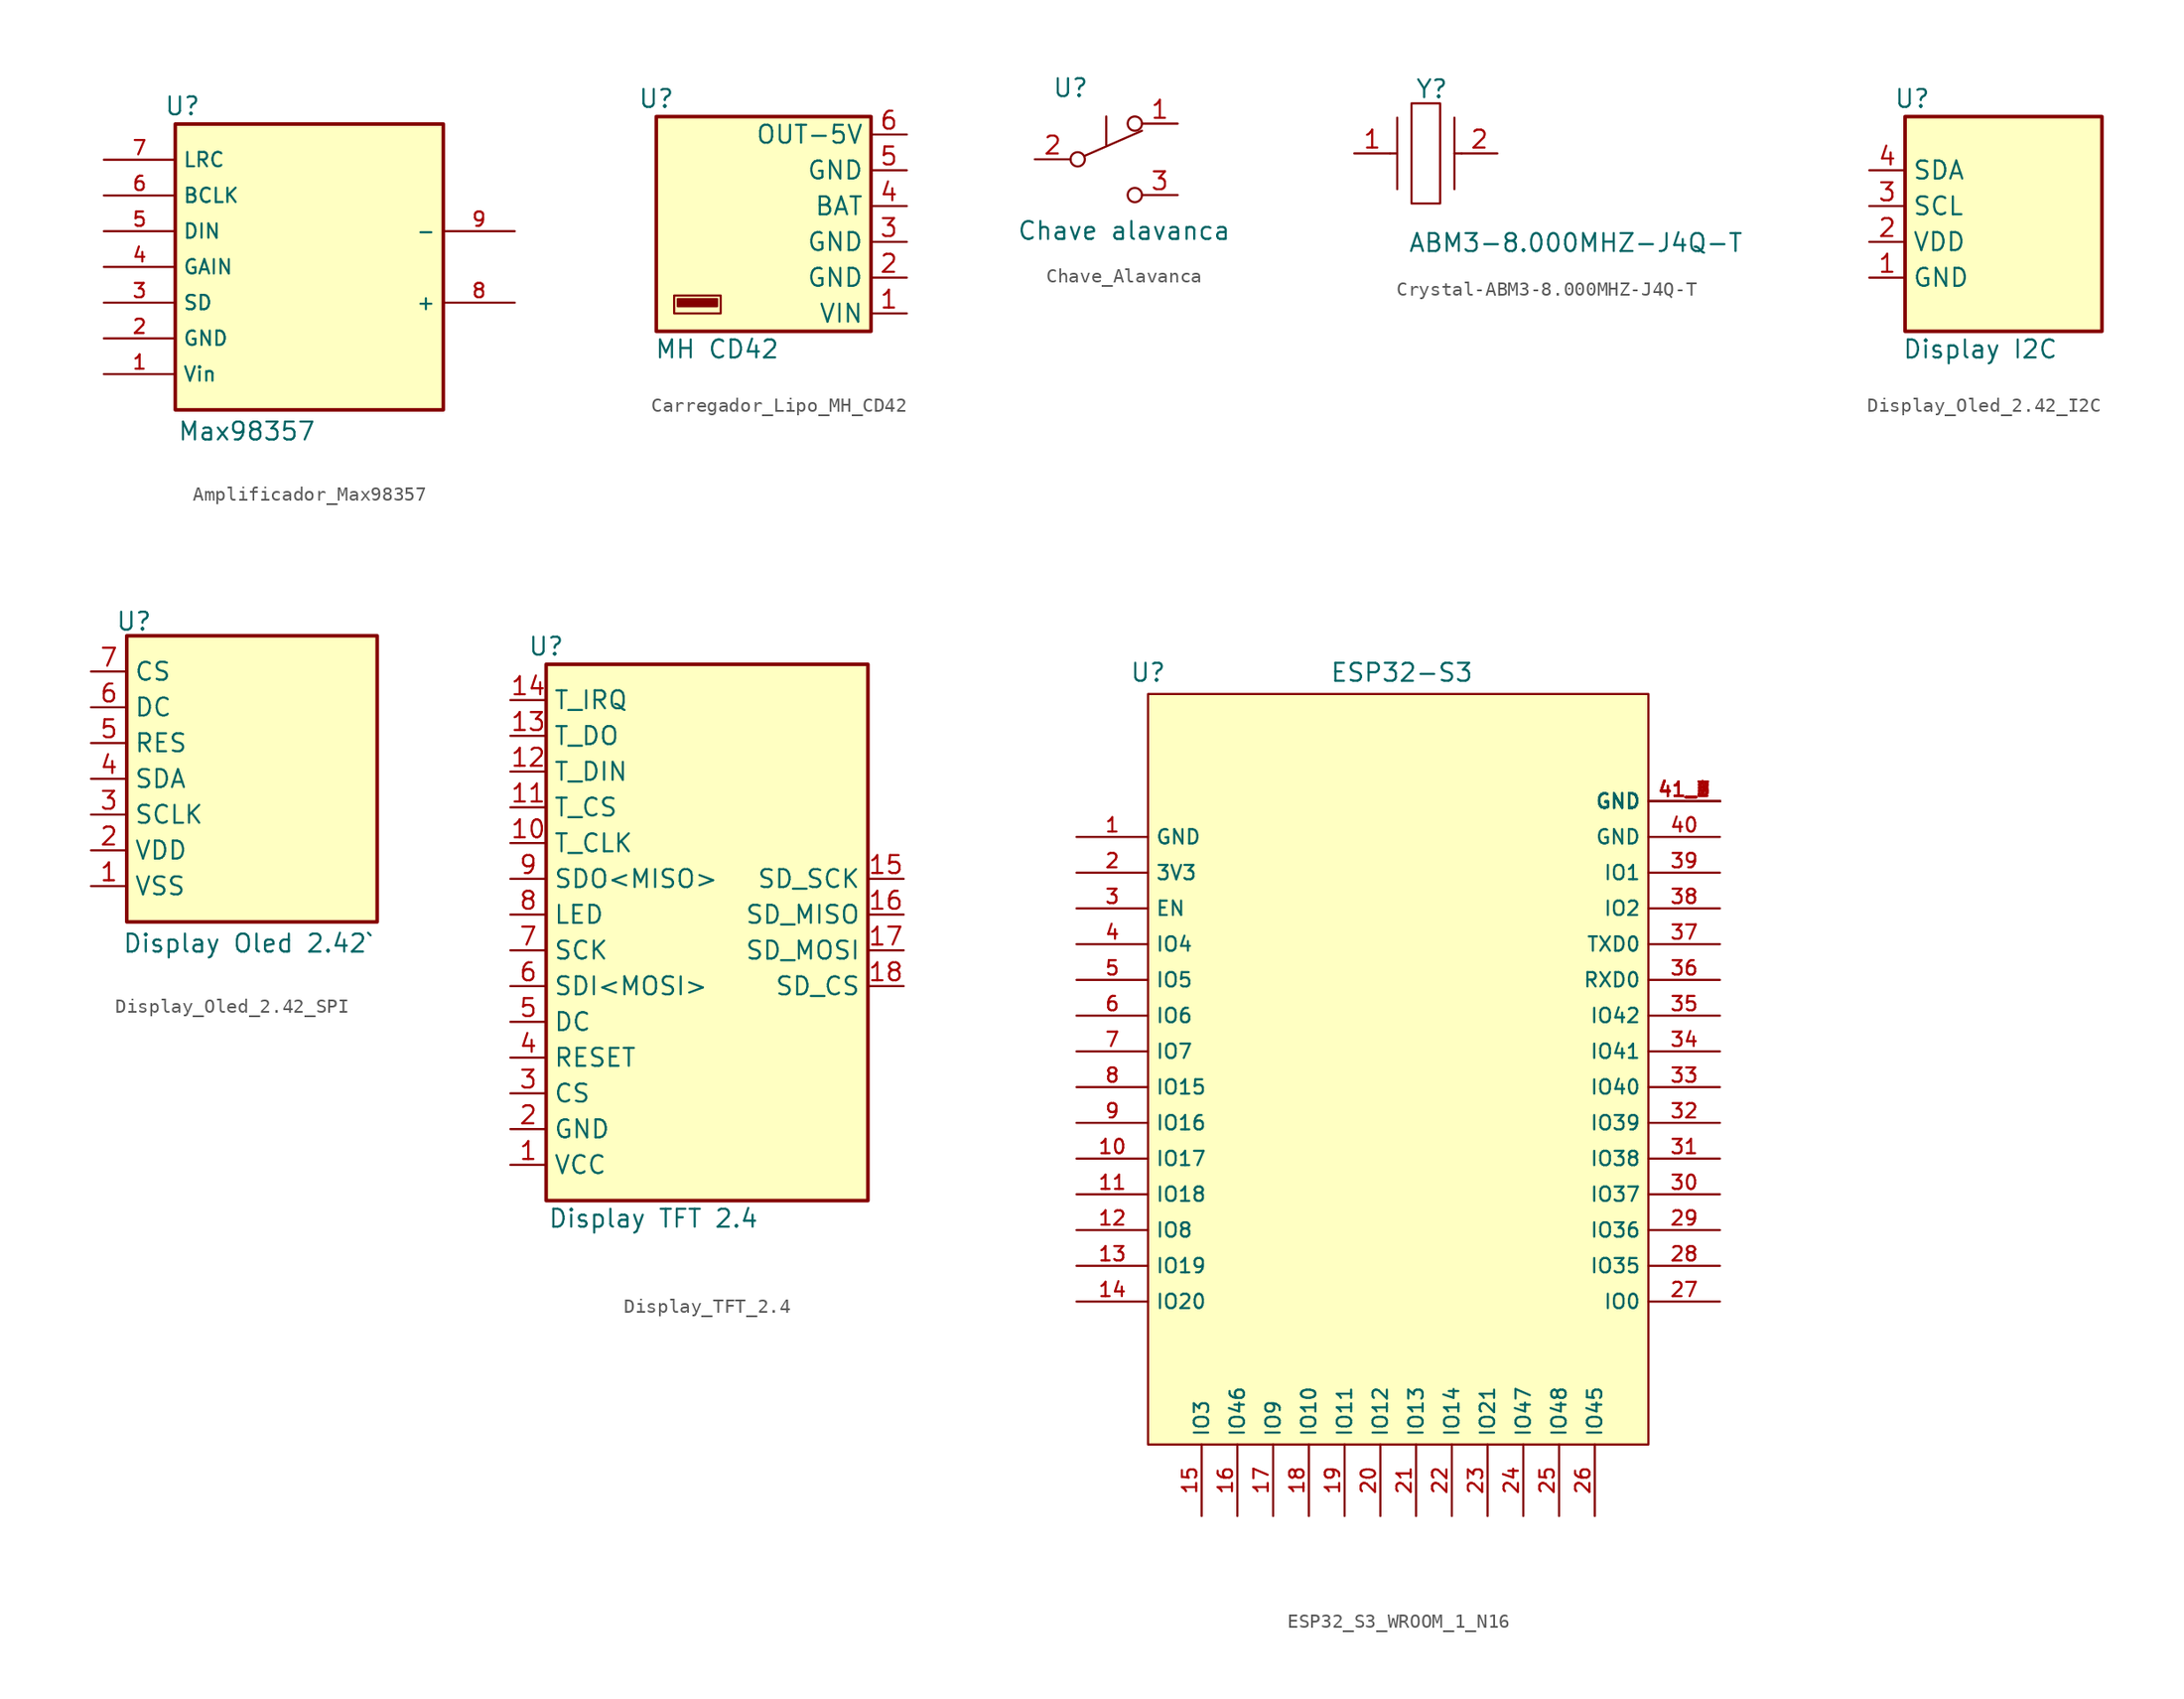
<source format=kicad_sym>
(kicad_symbol_lib
  (version 20231120)
  (generator "kicad_symbol_editor")
  (generator_version "8.0")
  (symbol "Amplificador_Max98357"
    (property "Reference" "U"
      (at 0.508 0 0)
      (effects (font (size 1.27 1.27))))
    (property "Value" "Max98357"
      (at 5.08 -23.114 0)
      (effects (font (size 1.27 1.27))))
    (symbol "Amplificador_Max98357_0_0"
      (rectangle (start 0 -1.27) (end 19.05 -21.59) (stroke (width 0.254) (type default)) (fill (type background))))
    (symbol "Amplificador_Max98357_1_0"
      (pin power_in line (at -5.08 -19.05 0) (length 5.08) (name "Vin" (effects (font (size 1.016 1.016)))) (number "1" (effects (font (size 1.016 1.016)))))
      (pin power_out line (at -5.08 -16.51 0) (length 5.08) (name "GND" (effects (font (size 1.016 1.016)))) (number "2" (effects (font (size 1.016 1.016)))))
      (pin bidirectional line (at -5.08 -13.97 0) (length 5.08) (name "SD" (effects (font (size 1.016 1.016)))) (number "3" (effects (font (size 1.016 1.016)))))
      (pin bidirectional line (at -5.08 -11.43 0) (length 5.08) (name "GAIN" (effects (font (size 1.016 1.016)))) (number "4" (effects (font (size 1.016 1.016)))))
      (pin bidirectional line (at -5.08 -8.89 0) (length 5.08) (name "DIN" (effects (font (size 1.016 1.016)))) (number "5" (effects (font (size 1.016 1.016)))))
      (pin bidirectional line (at -5.08 -6.35 0) (length 5.08) (name "BCLK" (effects (font (size 1.016 1.016)))) (number "6" (effects (font (size 1.016 1.016)))))
      (pin bidirectional line (at -5.08 -3.81 0) (length 5.08) (name "LRC" (effects (font (size 1.016 1.016)))) (number "7" (effects (font (size 1.016 1.016)))))
      (pin power_in line (at 24.13 -13.97 180) (length 5.08) (name "+" (effects (font (size 1.016 1.016)))) (number "8" (effects (font (size 1.016 1.016)))))
      (pin power_out line (at 24.13 -8.89 180) (length 5.08) (name "-" (effects (font (size 1.016 1.016)))) (number "9" (effects (font (size 1.016 1.016)))))))
  (symbol "Carregador_Lipo_MH_CD42"
    (property "Reference" "U"
      (at 0 0 0)
      (effects (font (size 1.27 1.27))))
    (property "Value" "MH CD42"
      (at 4.318 -17.78 0)
      (effects (font (size 1.27 1.27))))
    (symbol "Carregador_Lipo_MH_CD42_0_1"
      (rectangle (start 0 -1.27) (end 15.24 -16.51) (stroke (width 0.254) (type default)) (fill (type background)))
      (rectangle (start 1.27 -15.24) (end 4.572 -13.97) (stroke (width 0) (type default)) (fill (type none)))
      (rectangle (start 1.524 -14.732) (end 4.318 -14.224) (stroke (width 0) (type default)) (fill (type outline))))
    (symbol "Carregador_Lipo_MH_CD42_1_1"
      (pin power_in line (at 17.78 -15.24 180) (length 2.54) (name "VIN" (effects (font (size 1.27 1.27)))) (number "1" (effects (font (size 1.27 1.27)))))
      (pin power_out line (at 17.78 -12.7 180) (length 2.54) (name "GND" (effects (font (size 1.27 1.27)))) (number "2" (effects (font (size 1.27 1.27)))))
      (pin output line (at 17.78 -10.16 180) (length 2.54) (name "GND" (effects (font (size 1.27 1.27)))) (number "3" (effects (font (size 1.27 1.27)))))
      (pin input line (at 17.78 -7.62 180) (length 2.54) (name "BAT" (effects (font (size 1.27 1.27)))) (number "4" (effects (font (size 1.27 1.27)))))
      (pin power_in line (at 17.78 -5.08 180) (length 2.54) (name "GND" (effects (font (size 1.27 1.27)))) (number "5" (effects (font (size 1.27 1.27)))))
      (pin power_out line (at 17.78 -2.54 180) (length 2.54) (name "OUT-5V" (effects (font (size 1.27 1.27)))) (number "6" (effects (font (size 1.27 1.27)))))))
  (symbol "Chave_Alavanca"
    (property "Reference" "U"
      (at 0 0 0)
      (effects (font (size 1.27 1.27))))
    (property "Value" "Chave alavanca"
      (at 3.81 -10.16 0)
      (effects (font (size 1.27 1.27))))
    (symbol "Chave_Alavanca_0_0"
      (polyline (pts (xy 2.54 -4.064) (xy 2.54 -2.032)) (stroke (width 0) (type default)) (fill (type none)))
      (circle (center 0.508 -5.08) (radius 0.508) (stroke (width 0) (type default)) (fill (type none)))
      (circle (center 4.572 -7.62) (radius 0.508) (stroke (width 0) (type default)) (fill (type none))))
    (symbol "Chave_Alavanca_0_1"
      (polyline (pts (xy 1.016 -4.826) (xy 5.08 -3.048)) (stroke (width 0) (type default)) (fill (type none)))
      (circle (center 4.572 -2.54) (radius 0.508) (stroke (width 0) (type default)) (fill (type none))))
    (symbol "Chave_Alavanca_1_1"
      (pin passive line (at 7.62 -2.54 180) (length 2.54) (name "" (effects (font (size 1.27 1.27)))) (number "1" (effects (font (size 1.27 1.27)))))
      (pin passive line (at -2.54 -5.08 0) (length 2.54) (name "" (effects (font (size 1.27 1.27)))) (number "2" (effects (font (size 1.27 1.27)))))
      (pin passive line (at 7.62 -7.62 180) (length 2.54) (name "" (effects (font (size 1.27 1.27)))) (number "3" (effects (font (size 1.27 1.27)))))))
  (symbol "Crystal-ABM3-8.000MHZ-J4Q-T"
    (pin_names
      (offset 0.762))
    (property "Reference" "Y"
      (at 9.398 14.732 0)
      (effects (font (size 1.27 1.27)) (justify left)))
    (property "Value" "ABM3-8.000MHZ-J4Q-T"
      (at 8.89 3.81 0)
      (effects (font (size 1.27 1.27)) (justify left)))
    (symbol "Crystal-ABM3-8.000MHZ-J4Q-T_0_0"
      (pin passive line (at 5.08 10.16 0) (length 2.54) (name "~" (effects (font (size 1.27 1.27)))) (number "1" (effects (font (size 1.27 1.27)))))
      (pin passive line (at 15.24 10.16 180) (length 2.54) (name "~" (effects (font (size 1.27 1.27)))) (number "2" (effects (font (size 1.27 1.27))))))
    (symbol "Crystal-ABM3-8.000MHZ-J4Q-T_0_1"
      (polyline (pts (xy 8.128 10.16) (xy 7.62 10.16)) (stroke (width 0.152) (type solid)) (fill (type none)))
      (polyline (pts (xy 8.128 12.7) (xy 8.128 7.62)) (stroke (width 0.152) (type solid)) (fill (type none)))
      (polyline (pts (xy 12.192 10.16) (xy 12.7 10.16)) (stroke (width 0.152) (type solid)) (fill (type none)))
      (polyline (pts (xy 12.192 12.7) (xy 12.192 7.62)) (stroke (width 0.152) (type solid)) (fill (type none)))
      (polyline (pts (xy 9.144 13.716) (xy 9.144 6.604) (xy 11.176 6.604) (xy 11.176 13.716) (xy 9.144 13.716)) (stroke (width 0.152) (type solid)) (fill (type none)))))
  (symbol "Display_Oled_2.42_I2C"
    (property "Reference" "U"
      (at 0.508 0 0)
      (effects (font (size 1.27 1.27))))
    (property "Value" "Display I2C"
      (at 5.334 -17.78 0)
      (effects (font (size 1.27 1.27))))
    (symbol "Display_Oled_2.42_I2C_0_1"
      (rectangle (start 0 -1.27) (end 13.97 -16.51) (stroke (width 0.254) (type default)) (fill (type background))))
    (symbol "Display_Oled_2.42_I2C_1_1"
      (pin power_out line (at -2.54 -12.7 0) (length 2.54) (name "GND" (effects (font (size 1.27 1.27)))) (number "1" (effects (font (size 1.27 1.27)))))
      (pin power_in line (at -2.54 -10.16 0) (length 2.54) (name "VDD" (effects (font (size 1.27 1.27)))) (number "2" (effects (font (size 1.27 1.27)))))
      (pin bidirectional line (at -2.54 -7.62 0) (length 2.54) (name "SCL" (effects (font (size 1.27 1.27)))) (number "3" (effects (font (size 1.27 1.27)))))
      (pin bidirectional line (at -2.54 -5.08 0) (length 2.54) (name "SDA" (effects (font (size 1.27 1.27)))) (number "4" (effects (font (size 1.27 1.27)))))))
  (symbol "Display_Oled_2.42_SPI"
    (property "Reference" "U"
      (at 3.048 -0.254 0)
      (effects (font (size 1.27 1.27))))
    (property "Value" "Display Oled 2.42`"
      (at 11.176 -23.114 0)
      (effects (font (size 1.27 1.27))))
    (symbol "Display_Oled_2.42_SPI_0_1"
      (rectangle (start 2.54 -1.27) (end 20.32 -21.59) (stroke (width 0.254) (type default)) (fill (type background))))
    (symbol "Display_Oled_2.42_SPI_1_1"
      (pin power_out line (at 0 -19.05 0) (length 2.54) (name "VSS" (effects (font (size 1.27 1.27)))) (number "1" (effects (font (size 1.27 1.27)))))
      (pin power_in line (at 0 -16.51 0) (length 2.54) (name "VDD" (effects (font (size 1.27 1.27)))) (number "2" (effects (font (size 1.27 1.27)))))
      (pin bidirectional line (at 0 -13.97 0) (length 2.54) (name "SCLK" (effects (font (size 1.27 1.27)))) (number "3" (effects (font (size 1.27 1.27)))))
      (pin bidirectional line (at 0 -11.43 0) (length 2.54) (name "SDA" (effects (font (size 1.27 1.27)))) (number "4" (effects (font (size 1.27 1.27)))))
      (pin bidirectional line (at 0 -8.89 0) (length 2.54) (name "RES" (effects (font (size 1.27 1.27)))) (number "5" (effects (font (size 1.27 1.27)))))
      (pin bidirectional line (at 0 -6.35 0) (length 2.54) (name "DC" (effects (font (size 1.27 1.27)))) (number "6" (effects (font (size 1.27 1.27)))))
      (pin bidirectional line (at 0 -3.81 0) (length 2.54) (name "CS" (effects (font (size 1.27 1.27)))) (number "7" (effects (font (size 1.27 1.27)))))))
  (symbol "Display_TFT_2.4"
    (property "Reference" "U"
      (at 0 0 0)
      (effects (font (size 1.27 1.27))))
    (property "Value" "Display TFT 2.4"
      (at 7.62 -40.64 0)
      (effects (font (size 1.27 1.27))))
    (symbol "Display_TFT_2.4_0_1"
      (rectangle (start 0 -1.27) (end 22.86 -39.37) (stroke (width 0.254) (type default)) (fill (type background))))
    (symbol "Display_TFT_2.4_1_1"
      (pin power_in line (at -2.54 -36.83 0) (length 2.54) (name "VCC" (effects (font (size 1.27 1.27)))) (number "1" (effects (font (size 1.27 1.27)))))
      (pin bidirectional line (at -2.54 -13.97 0) (length 2.54) (name "T_CLK" (effects (font (size 1.27 1.27)))) (number "10" (effects (font (size 1.27 1.27)))))
      (pin bidirectional line (at -2.54 -11.43 0) (length 2.54) (name "T_CS" (effects (font (size 1.27 1.27)))) (number "11" (effects (font (size 1.27 1.27)))))
      (pin bidirectional line (at -2.54 -8.89 0) (length 2.54) (name "T_DIN" (effects (font (size 1.27 1.27)))) (number "12" (effects (font (size 1.27 1.27)))))
      (pin bidirectional line (at -2.54 -6.35 0) (length 2.54) (name "T_DO" (effects (font (size 1.27 1.27)))) (number "13" (effects (font (size 1.27 1.27)))))
      (pin bidirectional line (at -2.54 -3.81 0) (length 2.54) (name "T_IRQ" (effects (font (size 1.27 1.27)))) (number "14" (effects (font (size 1.27 1.27)))))
      (pin bidirectional line (at 25.4 -16.51 180) (length 2.54) (name "SD_SCK" (effects (font (size 1.27 1.27)))) (number "15" (effects (font (size 1.27 1.27)))))
      (pin bidirectional line (at 25.4 -19.05 180) (length 2.54) (name "SD_MISO" (effects (font (size 1.27 1.27)))) (number "16" (effects (font (size 1.27 1.27)))))
      (pin bidirectional line (at 25.4 -21.59 180) (length 2.54) (name "SD_MOSI" (effects (font (size 1.27 1.27)))) (number "17" (effects (font (size 1.27 1.27)))))
      (pin bidirectional line (at 25.4 -24.13 180) (length 2.54) (name "SD_CS" (effects (font (size 1.27 1.27)))) (number "18" (effects (font (size 1.27 1.27)))))
      (pin power_out line (at -2.54 -34.29 0) (length 2.54) (name "GND" (effects (font (size 1.27 1.27)))) (number "2" (effects (font (size 1.27 1.27)))))
      (pin bidirectional line (at -2.54 -31.75 0) (length 2.54) (name "CS" (effects (font (size 1.27 1.27)))) (number "3" (effects (font (size 1.27 1.27)))))
      (pin input line (at -2.54 -29.21 0) (length 2.54) (name "RESET" (effects (font (size 1.27 1.27)))) (number "4" (effects (font (size 1.27 1.27)))))
      (pin bidirectional line (at -2.54 -26.67 0) (length 2.54) (name "DC" (effects (font (size 1.27 1.27)))) (number "5" (effects (font (size 1.27 1.27)))))
      (pin bidirectional line (at -2.54 -24.13 0) (length 2.54) (name "SDI<MOSI>" (effects (font (size 1.27 1.27)))) (number "6" (effects (font (size 1.27 1.27)))))
      (pin bidirectional line (at -2.54 -21.59 0) (length 2.54) (name "SCK" (effects (font (size 1.27 1.27)))) (number "7" (effects (font (size 1.27 1.27)))))
      (pin bidirectional line (at -2.54 -19.05 0) (length 2.54) (name "LED" (effects (font (size 1.27 1.27)))) (number "8" (effects (font (size 1.27 1.27)))))
      (pin bidirectional line (at -2.54 -16.51 0) (length 2.54) (name "SDO<MISO>" (effects (font (size 1.27 1.27)))) (number "9" (effects (font (size 1.27 1.27)))))))
  (symbol "ESP32_S3_WROOM_1_N16"
    (property "Reference" "U"
      (at 0 -1.016 0)
      (effects (font (size 1.27 1.27))))
    (property "Value" "ESP32-S3"
      (at 18.034 -1.016 0)
      (effects (font (size 1.27 1.27))))
    (symbol "ESP32_S3_WROOM_1_N16_0_0"
      (pin power_in line (at -5.08 -12.7 0) (length 5.08) (name "GND" (effects (font (size 1.016 1.016)))) (number "1" (effects (font (size 1.016 1.016)))))
      (pin bidirectional line (at -5.08 -35.56 0) (length 5.08) (name "IO17" (effects (font (size 1.016 1.016)))) (number "10" (effects (font (size 1.016 1.016)))))
      (pin bidirectional line (at -5.08 -38.1 0) (length 5.08) (name "IO18" (effects (font (size 1.016 1.016)))) (number "11" (effects (font (size 1.016 1.016)))))
      (pin bidirectional line (at -5.08 -40.64 0) (length 5.08) (name "IO8" (effects (font (size 1.016 1.016)))) (number "12" (effects (font (size 1.016 1.016)))))
      (pin bidirectional line (at -5.08 -43.18 0) (length 5.08) (name "IO19" (effects (font (size 1.016 1.016)))) (number "13" (effects (font (size 1.016 1.016)))))
      (pin bidirectional line (at -5.08 -45.72 0) (length 5.08) (name "IO20" (effects (font (size 1.016 1.016)))) (number "14" (effects (font (size 1.016 1.016)))))
      (pin bidirectional line (at 3.81 -60.96 90) (length 5.08) (name "IO3" (effects (font (size 1.016 1.016)))) (number "15" (effects (font (size 1.016 1.016)))))
      (pin bidirectional line (at 6.35 -60.96 90) (length 5.08) (name "IO46" (effects (font (size 1.016 1.016)))) (number "16" (effects (font (size 1.016 1.016)))))
      (pin bidirectional line (at 8.89 -60.96 90) (length 5.08) (name "IO9" (effects (font (size 1.016 1.016)))) (number "17" (effects (font (size 1.016 1.016)))))
      (pin bidirectional line (at 11.43 -60.96 90) (length 5.08) (name "IO10" (effects (font (size 1.016 1.016)))) (number "18" (effects (font (size 1.016 1.016)))))
      (pin bidirectional line (at 13.97 -60.96 90) (length 5.08) (name "IO11" (effects (font (size 1.016 1.016)))) (number "19" (effects (font (size 1.016 1.016)))))
      (pin power_in line (at -5.08 -15.24 0) (length 5.08) (name "3V3" (effects (font (size 1.016 1.016)))) (number "2" (effects (font (size 1.016 1.016)))))
      (pin bidirectional line (at 16.51 -60.96 90) (length 5.08) (name "IO12" (effects (font (size 1.016 1.016)))) (number "20" (effects (font (size 1.016 1.016)))))
      (pin bidirectional line (at 19.05 -60.96 90) (length 5.08) (name "IO13" (effects (font (size 1.016 1.016)))) (number "21" (effects (font (size 1.016 1.016)))))
      (pin bidirectional line (at 21.59 -60.96 90) (length 5.08) (name "IO14" (effects (font (size 1.016 1.016)))) (number "22" (effects (font (size 1.016 1.016)))))
      (pin bidirectional line (at 24.13 -60.96 90) (length 5.08) (name "IO21" (effects (font (size 1.016 1.016)))) (number "23" (effects (font (size 1.016 1.016)))))
      (pin bidirectional line (at 26.67 -60.96 90) (length 5.08) (name "IO47" (effects (font (size 1.016 1.016)))) (number "24" (effects (font (size 1.016 1.016)))))
      (pin bidirectional line (at 29.21 -60.96 90) (length 5.08) (name "IO48" (effects (font (size 1.016 1.016)))) (number "25" (effects (font (size 1.016 1.016)))))
      (pin bidirectional line (at 31.75 -60.96 90) (length 5.08) (name "IO45" (effects (font (size 1.016 1.016)))) (number "26" (effects (font (size 1.016 1.016)))))
      (pin bidirectional line (at 40.64 -45.72 180) (length 5.08) (name "IO0" (effects (font (size 1.016 1.016)))) (number "27" (effects (font (size 1.016 1.016)))))
      (pin bidirectional line (at 40.64 -43.18 180) (length 5.08) (name "IO35" (effects (font (size 1.016 1.016)))) (number "28" (effects (font (size 1.016 1.016)))))
      (pin bidirectional line (at 40.64 -40.64 180) (length 5.08) (name "IO36" (effects (font (size 1.016 1.016)))) (number "29" (effects (font (size 1.016 1.016)))))
      (pin input line (at -5.08 -17.78 0) (length 5.08) (name "EN" (effects (font (size 1.016 1.016)))) (number "3" (effects (font (size 1.016 1.016)))))
      (pin bidirectional line (at 40.64 -38.1 180) (length 5.08) (name "IO37" (effects (font (size 1.016 1.016)))) (number "30" (effects (font (size 1.016 1.016)))))
      (pin bidirectional line (at 40.64 -35.56 180) (length 5.08) (name "IO38" (effects (font (size 1.016 1.016)))) (number "31" (effects (font (size 1.016 1.016)))))
      (pin bidirectional line (at 40.64 -33.02 180) (length 5.08) (name "IO39" (effects (font (size 1.016 1.016)))) (number "32" (effects (font (size 1.016 1.016)))))
      (pin bidirectional line (at 40.64 -30.48 180) (length 5.08) (name "IO40" (effects (font (size 1.016 1.016)))) (number "33" (effects (font (size 1.016 1.016)))))
      (pin bidirectional line (at 40.64 -27.94 180) (length 5.08) (name "IO41" (effects (font (size 1.016 1.016)))) (number "34" (effects (font (size 1.016 1.016)))))
      (pin bidirectional line (at 40.64 -25.4 180) (length 5.08) (name "IO42" (effects (font (size 1.016 1.016)))) (number "35" (effects (font (size 1.016 1.016)))))
      (pin bidirectional line (at 40.64 -22.86 180) (length 5.08) (name "RXD0" (effects (font (size 1.016 1.016)))) (number "36" (effects (font (size 1.016 1.016)))))
      (pin bidirectional line (at 40.64 -20.32 180) (length 5.08) (name "TXD0" (effects (font (size 1.016 1.016)))) (number "37" (effects (font (size 1.016 1.016)))))
      (pin bidirectional line (at 40.64 -17.78 180) (length 5.08) (name "IO2" (effects (font (size 1.016 1.016)))) (number "38" (effects (font (size 1.016 1.016)))))
      (pin bidirectional line (at 40.64 -15.24 180) (length 5.08) (name "IO1" (effects (font (size 1.016 1.016)))) (number "39" (effects (font (size 1.016 1.016)))))
      (pin bidirectional line (at -5.08 -20.32 0) (length 5.08) (name "IO4" (effects (font (size 1.016 1.016)))) (number "4" (effects (font (size 1.016 1.016)))))
      (pin power_in line (at 40.64 -12.7 180) (length 5.08) (name "GND" (effects (font (size 1.016 1.016)))) (number "40" (effects (font (size 1.016 1.016)))))
      (pin power_in line (at 40.64 -10.16 180) (length 5.08) (name "GND" (effects (font (size 1.016 1.016)))) (number "41_1" (effects (font (size 1.016 1.016)))))
      (pin power_in line (at 40.64 -10.16 180) (length 5.08) (name "GND" (effects (font (size 1.016 1.016)))) (number "41_2" (effects (font (size 1.016 1.016)))))
      (pin power_in line (at 40.64 -10.16 180) (length 5.08) (name "GND" (effects (font (size 1.016 1.016)))) (number "41_3" (effects (font (size 1.016 1.016)))))
      (pin power_in line (at 40.64 -10.16 180) (length 5.08) (name "GND" (effects (font (size 1.016 1.016)))) (number "41_4" (effects (font (size 1.016 1.016)))))
      (pin power_in line (at 40.64 -10.16 180) (length 5.08) (name "GND" (effects (font (size 1.016 1.016)))) (number "41_5" (effects (font (size 1.016 1.016)))))
      (pin power_in line (at 40.64 -10.16 180) (length 5.08) (name "GND" (effects (font (size 1.016 1.016)))) (number "41_6" (effects (font (size 1.016 1.016)))))
      (pin power_in line (at 40.64 -10.16 180) (length 5.08) (name "GND" (effects (font (size 1.016 1.016)))) (number "41_7" (effects (font (size 1.016 1.016)))))
      (pin power_in line (at 40.64 -10.16 180) (length 5.08) (name "GND" (effects (font (size 1.016 1.016)))) (number "41_8" (effects (font (size 1.016 1.016)))))
      (pin power_in line (at 40.64 -10.16 180) (length 5.08) (name "GND" (effects (font (size 1.016 1.016)))) (number "41_9" (effects (font (size 1.016 1.016)))))
      (pin bidirectional line (at -5.08 -22.86 0) (length 5.08) (name "IO5" (effects (font (size 1.016 1.016)))) (number "5" (effects (font (size 1.016 1.016)))))
      (pin bidirectional line (at -5.08 -25.4 0) (length 5.08) (name "IO6" (effects (font (size 1.016 1.016)))) (number "6" (effects (font (size 1.016 1.016)))))
      (pin bidirectional line (at -5.08 -27.94 0) (length 5.08) (name "IO7" (effects (font (size 1.016 1.016)))) (number "7" (effects (font (size 1.016 1.016)))))
      (pin bidirectional line (at -5.08 -30.48 0) (length 5.08) (name "IO15" (effects (font (size 1.016 1.016)))) (number "8" (effects (font (size 1.016 1.016)))))
      (pin bidirectional line (at -5.08 -33.02 0) (length 5.08) (name "IO16" (effects (font (size 1.016 1.016)))) (number "9" (effects (font (size 1.016 1.016))))))
    (symbol "ESP32_S3_WROOM_1_N16_0_1"
      (rectangle (start 0 -2.54) (end 35.56 -55.88) (stroke (width 0) (type default)) (fill (type background))))))
</source>
